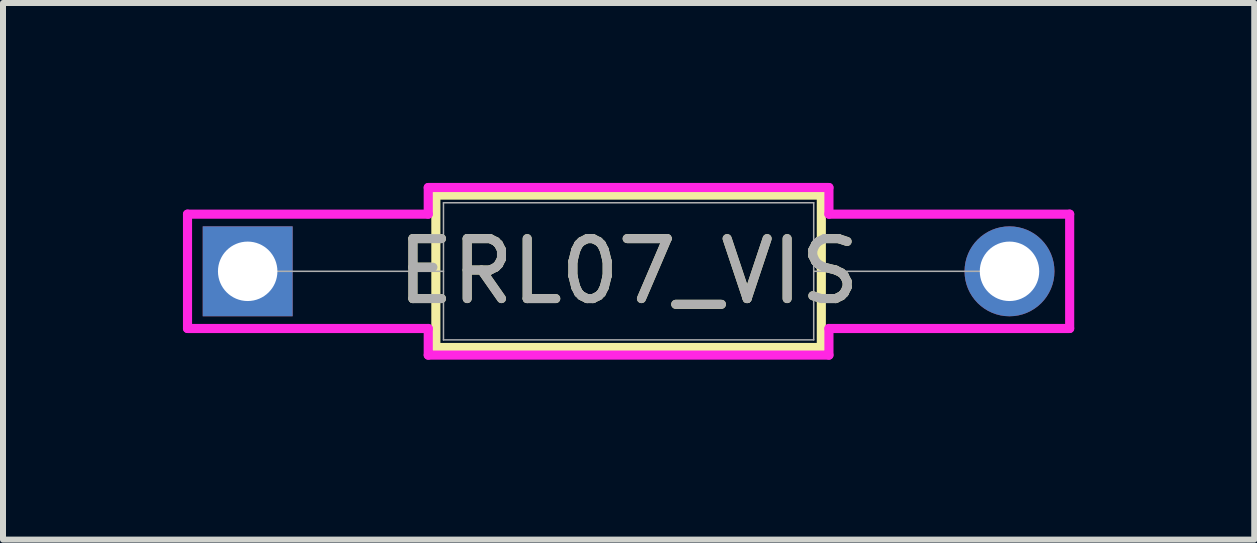
<source format=kicad_pcb>
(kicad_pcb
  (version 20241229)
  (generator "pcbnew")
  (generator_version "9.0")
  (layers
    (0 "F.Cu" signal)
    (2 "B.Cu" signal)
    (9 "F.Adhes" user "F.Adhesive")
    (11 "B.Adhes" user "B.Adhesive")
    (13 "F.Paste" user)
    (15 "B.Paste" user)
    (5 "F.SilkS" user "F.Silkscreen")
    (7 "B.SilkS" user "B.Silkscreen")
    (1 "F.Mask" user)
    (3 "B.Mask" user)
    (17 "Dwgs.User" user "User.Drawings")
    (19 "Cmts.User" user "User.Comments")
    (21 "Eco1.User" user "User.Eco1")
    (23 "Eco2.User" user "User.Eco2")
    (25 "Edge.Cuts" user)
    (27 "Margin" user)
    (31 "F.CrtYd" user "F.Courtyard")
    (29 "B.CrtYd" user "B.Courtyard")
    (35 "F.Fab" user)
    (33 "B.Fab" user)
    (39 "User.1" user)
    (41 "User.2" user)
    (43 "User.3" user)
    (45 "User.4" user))
  (footprint "ERL07_VIS"
    (layer "F.Cu")
    (at 1.079 1.473)
    (property "Reference" "ERL07_VIS" (at 6.35 0 0) (unlocked yes) (layer "F.SilkS") (effects (font (size 1 1) (thickness 0.15))))
    (attr through_hole)
    (fp_line (start 3.137 -1.27) (end 3.137 1.27) (stroke (width 0.152) (type solid)) (layer "F.SilkS"))
    (fp_line (start 3.137 1.27) (end 9.563 1.27) (stroke (width 0.152) (type solid)) (layer "F.SilkS"))
    (fp_line (start 9.563 -1.27) (end 3.137 -1.27) (stroke (width 0.152) (type solid)) (layer "F.SilkS"))
    (fp_line (start 9.563 1.27) (end 9.563 -1.27) (stroke (width 0.152) (type solid)) (layer "F.SilkS"))
    (fp_line (start -1.003 -0.953) (end 3.01 -0.953) (stroke (width 0.152) (type solid)) (layer "F.CrtYd"))
    (fp_line (start -1.003 0.953) (end -1.003 -0.953) (stroke (width 0.152) (type solid)) (layer "F.CrtYd"))
    (fp_line (start 3.01 -1.397) (end 9.69 -1.397) (stroke (width 0.152) (type solid)) (layer "F.CrtYd"))
    (fp_line (start 3.01 -0.953) (end 3.01 -1.397) (stroke (width 0.152) (type solid)) (layer "F.CrtYd"))
    (fp_line (start 3.01 0.953) (end -1.003 0.953) (stroke (width 0.152) (type solid)) (layer "F.CrtYd"))
    (fp_line (start 3.01 1.397) (end 3.01 0.953) (stroke (width 0.152) (type solid)) (layer "F.CrtYd"))
    (fp_line (start 9.69 -1.397) (end 9.69 -0.953) (stroke (width 0.152) (type solid)) (layer "F.CrtYd"))
    (fp_line (start 9.69 -0.953) (end 13.703 -0.953) (stroke (width 0.152) (type solid)) (layer "F.CrtYd"))
    (fp_line (start 9.69 0.953) (end 9.69 1.397) (stroke (width 0.152) (type solid)) (layer "F.CrtYd"))
    (fp_line (start 9.69 1.397) (end 3.01 1.397) (stroke (width 0.152) (type solid)) (layer "F.CrtYd"))
    (fp_line (start 13.703 -0.953) (end 13.703 0.953) (stroke (width 0.152) (type solid)) (layer "F.CrtYd"))
    (fp_line (start 13.703 0.953) (end 9.69 0.953) (stroke (width 0.152) (type solid)) (layer "F.CrtYd"))
    (fp_line (start 0 0) (end 3.264 0) (stroke (width 0.025) (type solid)) (layer "F.Fab"))
    (fp_line (start 3.264 -1.143) (end 3.264 1.143) (stroke (width 0.025) (type solid)) (layer "F.Fab"))
    (fp_line (start 3.264 1.143) (end 9.436 1.143) (stroke (width 0.025) (type solid)) (layer "F.Fab"))
    (fp_line (start 9.436 -1.143) (end 3.264 -1.143) (stroke (width 0.025) (type solid)) (layer "F.Fab"))
    (fp_line (start 9.436 1.143) (end 9.436 -1.143) (stroke (width 0.025) (type solid)) (layer "F.Fab"))
    (fp_line (start 12.7 0) (end 9.436 0) (stroke (width 0.025) (type solid)) (layer "F.Fab"))
    (fp_text user "${REFERENCE}" (at 6.35 0 0) (unlocked yes) (layer "F.Fab") (effects (font (size 1 1) (thickness 0.15))))
    (pad "1" thru_hole rect (at 0 0) (size 1.499 1.499) (drill 0.991) (layers "*.Cu" "*.Mask"))
    (pad "2" thru_hole circle (at 12.7 0) (size 1.499 1.499) (drill 0.991) (layers "*.Cu" "*.Mask")))
  (gr_rect
    (start -3 -3)
    (end 17.859 5.946)
    (stroke (width 0.1) (type default))
    (fill no)
    (layer "Edge.Cuts")))
</source>
